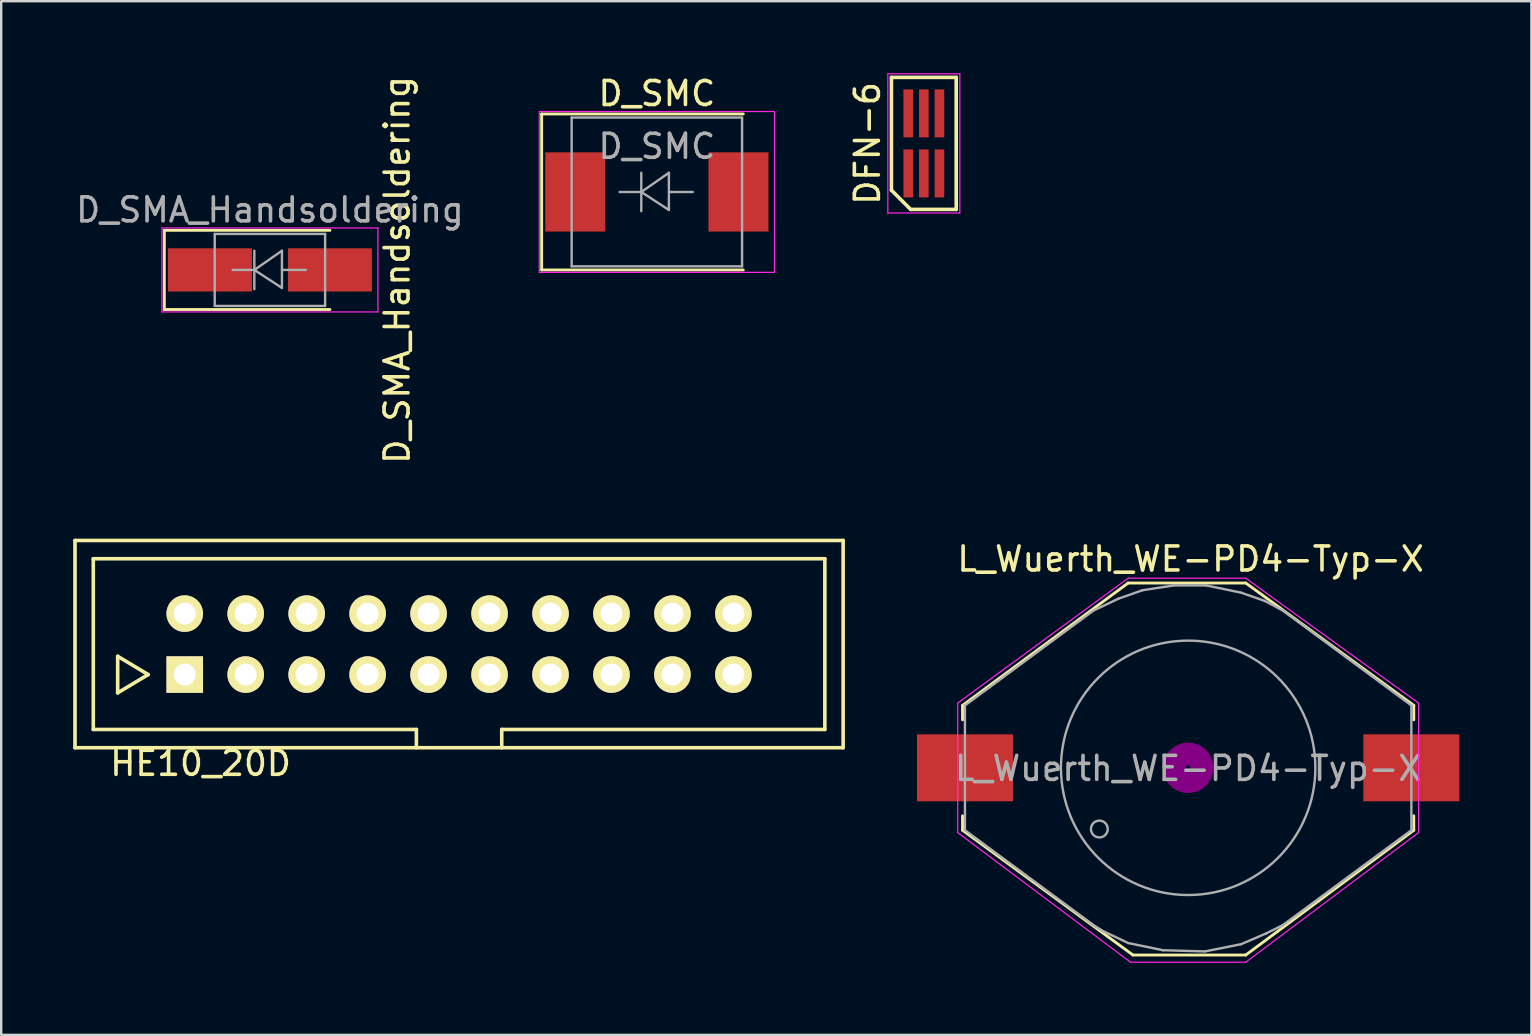
<source format=kicad_pcb>
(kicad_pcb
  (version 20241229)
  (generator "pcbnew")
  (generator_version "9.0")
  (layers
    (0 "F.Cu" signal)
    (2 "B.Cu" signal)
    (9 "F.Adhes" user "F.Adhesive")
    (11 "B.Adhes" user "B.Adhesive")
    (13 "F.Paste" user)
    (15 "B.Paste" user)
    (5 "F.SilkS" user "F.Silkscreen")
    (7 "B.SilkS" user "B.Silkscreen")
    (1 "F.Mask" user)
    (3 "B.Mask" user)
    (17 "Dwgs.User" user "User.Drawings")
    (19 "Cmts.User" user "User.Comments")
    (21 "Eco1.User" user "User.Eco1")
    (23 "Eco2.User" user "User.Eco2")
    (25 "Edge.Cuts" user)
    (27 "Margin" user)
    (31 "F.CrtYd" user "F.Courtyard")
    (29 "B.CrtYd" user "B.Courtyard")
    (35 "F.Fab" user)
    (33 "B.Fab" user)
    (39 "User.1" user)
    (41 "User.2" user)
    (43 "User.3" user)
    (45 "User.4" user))
  (footprint "HE10_20D"
    (layer "F.Cu")
    (at 16.077 23.786)
    (property "Reference" "HE10_20D" (at -10.77 4.97 0) (layer "F.SilkS") (effects (font (size 1 1) (thickness 0.15))))
    (attr through_hole)
    (fp_line (start -16.002 -4.318) (end -16.002 4.318) (stroke (width 0.15) (type solid)) (layer "F.SilkS"))
    (fp_line (start -16.002 4.318) (end 16.002 4.318) (stroke (width 0.15) (type solid)) (layer "F.SilkS"))
    (fp_line (start -15.24 -3.556) (end 15.24 -3.556) (stroke (width 0.15) (type solid)) (layer "F.SilkS"))
    (fp_line (start -15.24 3.556) (end -15.24 -3.556) (stroke (width 0.15) (type solid)) (layer "F.SilkS"))
    (fp_line (start -14.224 0.508) (end -14.224 2.032) (stroke (width 0.15) (type solid)) (layer "F.SilkS"))
    (fp_line (start -14.224 2.032) (end -12.954 1.27) (stroke (width 0.15) (type solid)) (layer "F.SilkS"))
    (fp_line (start -12.954 1.27) (end -14.224 0.508) (stroke (width 0.15) (type solid)) (layer "F.SilkS"))
    (fp_line (start -1.778 3.556) (end -15.24 3.556) (stroke (width 0.15) (type solid)) (layer "F.SilkS"))
    (fp_line (start -1.778 4.318) (end -1.778 3.556) (stroke (width 0.15) (type solid)) (layer "F.SilkS"))
    (fp_line (start 1.778 3.556) (end 1.778 4.318) (stroke (width 0.15) (type solid)) (layer "F.SilkS"))
    (fp_line (start 15.24 -3.556) (end 15.24 3.556) (stroke (width 0.15) (type solid)) (layer "F.SilkS"))
    (fp_line (start 15.24 3.556) (end 1.778 3.556) (stroke (width 0.15) (type solid)) (layer "F.SilkS"))
    (fp_line (start 16.002 -4.318) (end -16.002 -4.318) (stroke (width 0.15) (type solid)) (layer "F.SilkS"))
    (fp_line (start 16.002 4.318) (end 16.002 -4.318) (stroke (width 0.15) (type solid)) (layer "F.SilkS"))
    (pad "1" thru_hole rect (at -11.43 1.27) (size 1.524 1.524) (drill 0.914) (layers "*.Cu" "*.Mask" "F.SilkS"))
    (pad "2" thru_hole circle (at -11.43 -1.27) (size 1.524 1.524) (drill 0.914) (layers "*.Cu" "*.Mask" "F.SilkS"))
    (pad "3" thru_hole circle (at -8.89 1.27) (size 1.524 1.524) (drill 0.914) (layers "*.Cu" "*.Mask" "F.SilkS"))
    (pad "4" thru_hole circle (at -8.89 -1.27) (size 1.524 1.524) (drill 0.914) (layers "*.Cu" "*.Mask" "F.SilkS"))
    (pad "5" thru_hole circle (at -6.35 1.27) (size 1.524 1.524) (drill 0.914) (layers "*.Cu" "*.Mask" "F.SilkS"))
    (pad "6" thru_hole circle (at -6.35 -1.27) (size 1.524 1.524) (drill 0.914) (layers "*.Cu" "*.Mask" "F.SilkS"))
    (pad "7" thru_hole circle (at -3.81 1.27) (size 1.524 1.524) (drill 0.914) (layers "*.Cu" "*.Mask" "F.SilkS"))
    (pad "8" thru_hole circle (at -3.81 -1.27) (size 1.524 1.524) (drill 0.914) (layers "*.Cu" "*.Mask" "F.SilkS"))
    (pad "9" thru_hole circle (at -1.27 1.27) (size 1.524 1.524) (drill 0.914) (layers "*.Cu" "*.Mask" "F.SilkS"))
    (pad "10" thru_hole circle (at -1.27 -1.27) (size 1.524 1.524) (drill 0.914) (layers "*.Cu" "*.Mask" "F.SilkS"))
    (pad "11" thru_hole circle (at 1.27 1.27) (size 1.524 1.524) (drill 0.914) (layers "*.Cu" "*.Mask" "F.SilkS"))
    (pad "12" thru_hole circle (at 1.27 -1.27) (size 1.524 1.524) (drill 0.914) (layers "*.Cu" "*.Mask" "F.SilkS"))
    (pad "13" thru_hole circle (at 3.81 1.27) (size 1.524 1.524) (drill 0.914) (layers "*.Cu" "*.Mask" "F.SilkS"))
    (pad "14" thru_hole circle (at 3.81 -1.27) (size 1.524 1.524) (drill 0.914) (layers "*.Cu" "*.Mask" "F.SilkS"))
    (pad "15" thru_hole circle (at 6.35 1.27) (size 1.524 1.524) (drill 0.914) (layers "*.Cu" "*.Mask" "F.SilkS"))
    (pad "16" thru_hole circle (at 6.35 -1.27) (size 1.524 1.524) (drill 0.914) (layers "*.Cu" "*.Mask" "F.SilkS"))
    (pad "17" thru_hole circle (at 8.89 1.27) (size 1.524 1.524) (drill 0.914) (layers "*.Cu" "*.Mask" "F.SilkS"))
    (pad "18" thru_hole circle (at 8.89 -1.27) (size 1.524 1.524) (drill 0.914) (layers "*.Cu" "*.Mask" "F.SilkS"))
    (pad "19" thru_hole circle (at 11.43 1.27) (size 1.524 1.524) (drill 0.914) (layers "*.Cu" "*.Mask" "F.SilkS"))
    (pad "20" thru_hole circle (at 11.43 -1.27) (size 1.524 1.524) (drill 0.914) (layers "*.Cu" "*.Mask" "F.SilkS")))
  (footprint "D_SMC"
    (layer "F.Cu")
    (at 24.318 4.948)
    (property "Reference" "D_SMC" (at 0 -4.1 0) (layer "F.SilkS") (effects (font (size 1 1) (thickness 0.15))))
    (attr smd)
    (fp_line (start -4.8 -3.25) (end 3.6 -3.25) (stroke (width 0.12) (type solid)) (layer "F.SilkS"))
    (fp_line (start -4.8 3.25) (end -4.8 -3.25) (stroke (width 0.12) (type solid)) (layer "F.SilkS"))
    (fp_line (start -4.8 3.25) (end 3.6 3.25) (stroke (width 0.12) (type solid)) (layer "F.SilkS"))
    (fp_line (start -4.9 -3.35) (end 4.9 -3.35) (stroke (width 0.05) (type solid)) (layer "F.CrtYd"))
    (fp_line (start -4.9 3.35) (end -4.9 -3.35) (stroke (width 0.05) (type solid)) (layer "F.CrtYd"))
    (fp_line (start 4.9 -3.35) (end 4.9 3.35) (stroke (width 0.05) (type solid)) (layer "F.CrtYd"))
    (fp_line (start 4.9 3.35) (end -4.9 3.35) (stroke (width 0.05) (type solid)) (layer "F.CrtYd"))
    (fp_line (start -3.55 3.1) (end -3.55 -3.1) (stroke (width 0.1) (type solid)) (layer "F.Fab"))
    (fp_line (start -0.649 -0.799) (end -0.649 0.801) (stroke (width 0.1) (type solid)) (layer "F.Fab"))
    (fp_line (start -0.649 0.001) (end -1.551 0.001) (stroke (width 0.1) (type solid)) (layer "F.Fab"))
    (fp_line (start -0.649 0.001) (end 0.501 -0.799) (stroke (width 0.1) (type solid)) (layer "F.Fab"))
    (fp_line (start -0.649 0.001) (end 0.501 0.75) (stroke (width 0.1) (type solid)) (layer "F.Fab"))
    (fp_line (start 0.501 0.001) (end 1.499 0.001) (stroke (width 0.1) (type solid)) (layer "F.Fab"))
    (fp_line (start 0.501 0.75) (end 0.501 -0.799) (stroke (width 0.1) (type solid)) (layer "F.Fab"))
    (fp_line (start 3.55 -3.1) (end -3.55 -3.1) (stroke (width 0.1) (type solid)) (layer "F.Fab"))
    (fp_line (start 3.55 -3.1) (end 3.55 3.1) (stroke (width 0.1) (type solid)) (layer "F.Fab"))
    (fp_line (start 3.55 3.1) (end -3.55 3.1) (stroke (width 0.1) (type solid)) (layer "F.Fab"))
    (fp_text user "${REFERENCE}" (at 0 -1.9 0) (layer "F.Fab") (effects (font (size 1 1) (thickness 0.15))))
    (pad "1" smd rect (at -3.4 0 90) (size 3.3 2.5) (layers "F.Cu" "F.Mask" "F.Paste"))
    (pad "2" smd rect (at 3.4 0 90) (size 3.3 2.5) (layers "F.Cu" "F.Mask" "F.Paste")))
  (footprint "DFN-6"
    (layer "F.Cu")
    (at 35.441 2.925)
    (property "Reference" "DFN-6" (at -2.35 0 90) (layer "F.SilkS") (effects (font (size 1 1) (thickness 0.15))))
    (attr smd)
    (fp_line (start -1.35 -2.75) (end 1.35 -2.75) (stroke (width 0.15) (type solid)) (layer "F.SilkS"))
    (fp_line (start -1.35 1.95) (end -1.35 -2.75) (stroke (width 0.15) (type solid)) (layer "F.SilkS"))
    (fp_line (start -0.55 2.75) (end -1.35 1.95) (stroke (width 0.15) (type solid)) (layer "F.SilkS"))
    (fp_line (start 1.35 -2.75) (end 1.35 2.75) (stroke (width 0.15) (type solid)) (layer "F.SilkS"))
    (fp_line (start 1.35 2.75) (end -0.55 2.75) (stroke (width 0.15) (type solid)) (layer "F.SilkS"))
    (fp_line (start -1.5 -2.9) (end 1.5 -2.9) (stroke (width 0.05) (type solid)) (layer "F.CrtYd"))
    (fp_line (start -1.5 2.9) (end -1.5 -2.9) (stroke (width 0.05) (type solid)) (layer "F.CrtYd"))
    (fp_line (start 1.5 -2.9) (end 1.5 2.9) (stroke (width 0.05) (type solid)) (layer "F.CrtYd"))
    (fp_line (start 1.5 2.9) (end -1.5 2.9) (stroke (width 0.05) (type solid)) (layer "F.CrtYd"))
    (pad "1" smd rect (at -0.65 1.25) (size 0.4 2) (layers "F.Cu" "F.Mask" "F.Paste"))
    (pad "2" smd rect (at 0 1.25) (size 0.4 2) (layers "F.Cu" "F.Mask" "F.Paste"))
    (pad "3" smd rect (at 0.65 1.25) (size 0.4 2) (layers "F.Cu" "F.Mask" "F.Paste"))
    (pad "4" smd rect (at 0.65 -1.25) (size 0.4 2) (layers "F.Cu" "F.Mask" "F.Paste"))
    (pad "5" smd rect (at 0 -1.25) (size 0.4 2) (layers "F.Cu" "F.Mask" "F.Paste"))
    (pad "6" smd rect (at -0.65 -1.25) (size 0.4 2) (layers "F.Cu" "F.Mask" "F.Paste")))
  (footprint "D_SMA_Handsoldering"
    (layer "F.Cu")
    (at 8.196 8.196)
    (property "Reference" "D_SMA_Handsoldering" (at 5.3 0 270) (layer "F.SilkS") (effects (font (size 1 1) (thickness 0.15))))
    (attr smd)
    (fp_line (start -4.4 -1.65) (end -4.4 1.65) (stroke (width 0.12) (type solid)) (layer "F.SilkS"))
    (fp_line (start -4.4 -1.65) (end 2.5 -1.65) (stroke (width 0.12) (type solid)) (layer "F.SilkS"))
    (fp_line (start -4.4 1.65) (end 2.5 1.65) (stroke (width 0.12) (type solid)) (layer "F.SilkS"))
    (fp_line (start -4.5 -1.75) (end 4.5 -1.75) (stroke (width 0.05) (type solid)) (layer "F.CrtYd"))
    (fp_line (start -4.5 1.75) (end -4.5 -1.75) (stroke (width 0.05) (type solid)) (layer "F.CrtYd"))
    (fp_line (start 4.5 -1.75) (end 4.5 1.75) (stroke (width 0.05) (type solid)) (layer "F.CrtYd"))
    (fp_line (start 4.5 1.75) (end -4.5 1.75) (stroke (width 0.05) (type solid)) (layer "F.CrtYd"))
    (fp_line (start -2.3 1.5) (end -2.3 -1.5) (stroke (width 0.1) (type solid)) (layer "F.Fab"))
    (fp_line (start -0.649 -0.799) (end -0.649 0.801) (stroke (width 0.1) (type solid)) (layer "F.Fab"))
    (fp_line (start -0.649 0.001) (end -1.551 0.001) (stroke (width 0.1) (type solid)) (layer "F.Fab"))
    (fp_line (start -0.649 0.001) (end 0.501 -0.799) (stroke (width 0.1) (type solid)) (layer "F.Fab"))
    (fp_line (start -0.649 0.001) (end 0.501 0.75) (stroke (width 0.1) (type solid)) (layer "F.Fab"))
    (fp_line (start 0.501 0.001) (end 1.499 0.001) (stroke (width 0.1) (type solid)) (layer "F.Fab"))
    (fp_line (start 0.501 0.75) (end 0.501 -0.799) (stroke (width 0.1) (type solid)) (layer "F.Fab"))
    (fp_line (start 2.3 -1.5) (end -2.3 -1.5) (stroke (width 0.1) (type solid)) (layer "F.Fab"))
    (fp_line (start 2.3 -1.5) (end 2.3 1.5) (stroke (width 0.1) (type solid)) (layer "F.Fab"))
    (fp_line (start 2.3 1.5) (end -2.3 1.5) (stroke (width 0.1) (type solid)) (layer "F.Fab"))
    (fp_text user "${REFERENCE}" (at 0 -2.5 0) (layer "F.Fab") (effects (font (size 1 1) (thickness 0.15))))
    (pad "1" smd rect (at -2.5 0) (size 3.5 1.8) (layers "F.Cu" "F.Mask" "F.Paste"))
    (pad "2" smd rect (at 2.5 0) (size 3.5 1.8) (layers "F.Cu" "F.Mask" "F.Paste")))
  (footprint "L_Wuerth_WE-PD4-Typ-X"
    (layer "F.Cu")
    (at 46.454 28.941)
    (property "Reference" "L_Wuerth_WE-PD4-Typ-X" (at 0.1 -8.7 0) (layer "F.SilkS") (effects (font (size 1 1) (thickness 0.15))))
    (attr smd)
    (fp_line (start -9.4 -2.6) (end -2.5 -7.7) (stroke (width 0.12) (type solid)) (layer "F.SilkS"))
    (fp_line (start -9.4 -2) (end -9.4 -2.6) (stroke (width 0.12) (type solid)) (layer "F.SilkS"))
    (fp_line (start -9.4 2.6) (end -9.4 2) (stroke (width 0.12) (type solid)) (layer "F.SilkS"))
    (fp_line (start -9.4 2.6) (end -2.3 7.8) (stroke (width 0.12) (type solid)) (layer "F.SilkS"))
    (fp_line (start -2.5 -7.7) (end 2.4 -7.7) (stroke (width 0.12) (type solid)) (layer "F.SilkS"))
    (fp_line (start -2.3 7.8) (end 2.4 7.8) (stroke (width 0.12) (type solid)) (layer "F.SilkS"))
    (fp_line (start 2.4 -7.7) (end 9.4 -2.6) (stroke (width 0.12) (type solid)) (layer "F.SilkS"))
    (fp_line (start 2.4 7.8) (end 9.4 2.6) (stroke (width 0.12) (type solid)) (layer "F.SilkS"))
    (fp_line (start 9.4 -2) (end 9.4 -2.6) (stroke (width 0.12) (type solid)) (layer "F.SilkS"))
    (fp_line (start 9.4 2.6) (end 9.4 2) (stroke (width 0.12) (type solid)) (layer "F.SilkS"))
    (fp_circle (center 0 0) (end 0.1 0) (stroke (width 0.3) (type solid)) (fill no) (layer "F.Adhes"))
    (fp_circle (center 0 0) (end 0.3 0) (stroke (width 0.3) (type solid)) (fill no) (layer "F.Adhes"))
    (fp_circle (center 0 0) (end 0.5 0) (stroke (width 0.3) (type solid)) (fill no) (layer "F.Adhes"))
    (fp_circle (center 0 0) (end 0.7 0) (stroke (width 0.3) (type solid)) (fill no) (layer "F.Adhes"))
    (fp_circle (center 0 0) (end 0.9 0) (stroke (width 0.3) (type solid)) (fill no) (layer "F.Adhes"))
    (fp_line (start -9.6 -2.7) (end -2.5 -7.9) (stroke (width 0.05) (type solid)) (layer "F.CrtYd"))
    (fp_line (start -9.6 2.7) (end -9.6 -2.7) (stroke (width 0.05) (type solid)) (layer "F.CrtYd"))
    (fp_line (start -2.5 -7.9) (end 2.4 -7.9) (stroke (width 0.05) (type solid)) (layer "F.CrtYd"))
    (fp_line (start -2.4 8.1) (end -9.6 2.7) (stroke (width 0.05) (type solid)) (layer "F.CrtYd"))
    (fp_line (start 2.4 -7.9) (end 9.6 -2.7) (stroke (width 0.05) (type solid)) (layer "F.CrtYd"))
    (fp_line (start 2.4 8.1) (end -2.4 8.1) (stroke (width 0.05) (type solid)) (layer "F.CrtYd"))
    (fp_line (start 9.6 -2.7) (end 9.6 2.7) (stroke (width 0.05) (type solid)) (layer "F.CrtYd"))
    (fp_line (start 9.6 2.7) (end 2.4 8.1) (stroke (width 0.05) (type solid)) (layer "F.CrtYd"))
    (fp_line (start -9.3 -2.6) (end -9.3 -2) (stroke (width 0.1) (type solid)) (layer "F.Fab"))
    (fp_line (start -9.3 -2.6) (end -3.95 -6.55) (stroke (width 0.1) (type solid)) (layer "F.Fab"))
    (fp_line (start -9.3 2) (end -9.3 -2) (stroke (width 0.1) (type solid)) (layer "F.Fab"))
    (fp_line (start -9.3 2) (end -9.3 2.6) (stroke (width 0.1) (type solid)) (layer "F.Fab"))
    (fp_line (start -9.3 2.6) (end -3.95 6.55) (stroke (width 0.1) (type solid)) (layer "F.Fab"))
    (fp_line (start -3.95 -6.55) (end -2.9 -7.05) (stroke (width 0.1) (type solid)) (layer "F.Fab"))
    (fp_line (start -3.55 6.8) (end -3.95 6.55) (stroke (width 0.1) (type solid)) (layer "F.Fab"))
    (fp_line (start -2.9 -7.05) (end -1.9 -7.4) (stroke (width 0.1) (type solid)) (layer "F.Fab"))
    (fp_line (start -2.5 7.3) (end -3.55 6.8) (stroke (width 0.1) (type solid)) (layer "F.Fab"))
    (fp_line (start -1.9 -7.4) (end -0.6 -7.6) (stroke (width 0.1) (type solid)) (layer "F.Fab"))
    (fp_line (start -1.05 7.6) (end -2.5 7.3) (stroke (width 0.1) (type solid)) (layer "F.Fab"))
    (fp_line (start -0.6 -7.6) (end 0.75 -7.6) (stroke (width 0.1) (type solid)) (layer "F.Fab"))
    (fp_line (start 0.7 7.65) (end -1.05 7.6) (stroke (width 0.1) (type solid)) (layer "F.Fab"))
    (fp_line (start 0.75 -7.6) (end 2.2 -7.3) (stroke (width 0.1) (type solid)) (layer "F.Fab"))
    (fp_line (start 2.2 -7.3) (end 3.2 -6.95) (stroke (width 0.1) (type solid)) (layer "F.Fab"))
    (fp_line (start 2.2 7.35) (end 0.7 7.65) (stroke (width 0.1) (type solid)) (layer "F.Fab"))
    (fp_line (start 3.2 -6.95) (end 3.95 -6.55) (stroke (width 0.1) (type solid)) (layer "F.Fab"))
    (fp_line (start 3.25 6.9) (end 2.2 7.35) (stroke (width 0.1) (type solid)) (layer "F.Fab"))
    (fp_line (start 3.95 -6.55) (end 9.3 -2.6) (stroke (width 0.1) (type solid)) (layer "F.Fab"))
    (fp_line (start 3.95 6.55) (end 3.25 6.9) (stroke (width 0.1) (type solid)) (layer "F.Fab"))
    (fp_line (start 9.3 -2) (end 9.3 -2.6) (stroke (width 0.1) (type solid)) (layer "F.Fab"))
    (fp_line (start 9.3 -2) (end 9.3 2) (stroke (width 0.1) (type solid)) (layer "F.Fab"))
    (fp_line (start 9.3 2) (end 9.3 2.6) (stroke (width 0.1) (type solid)) (layer "F.Fab"))
    (fp_line (start 9.3 2.6) (end 3.95 6.55) (stroke (width 0.1) (type solid)) (layer "F.Fab"))
    (fp_circle (center -3.7 2.55) (end -3.7 2.2) (stroke (width 0.1) (type solid)) (fill no) (layer "F.Fab"))
    (fp_circle (center 0 0) (end 0 -5.3) (stroke (width 0.1) (type solid)) (fill no) (layer "F.Fab"))
    (fp_text user "${REFERENCE}" (at 0 0.025 0) (layer "F.Fab") (effects (font (size 1 1) (thickness 0.15))))
    (pad "1" smd rect (at -9.3 0 90) (size 2.79 4) (layers "F.Cu" "F.Mask" "F.Paste"))
    (pad "2" smd rect (at 9.3 0 90) (size 2.79 4) (layers "F.Cu" "F.Mask" "F.Paste")))
  (gr_rect
    (start -3 -3)
    (end 60.754 40.066)
    (stroke (width 0.1) (type default))
    (fill no)
    (layer "Edge.Cuts")))
</source>
